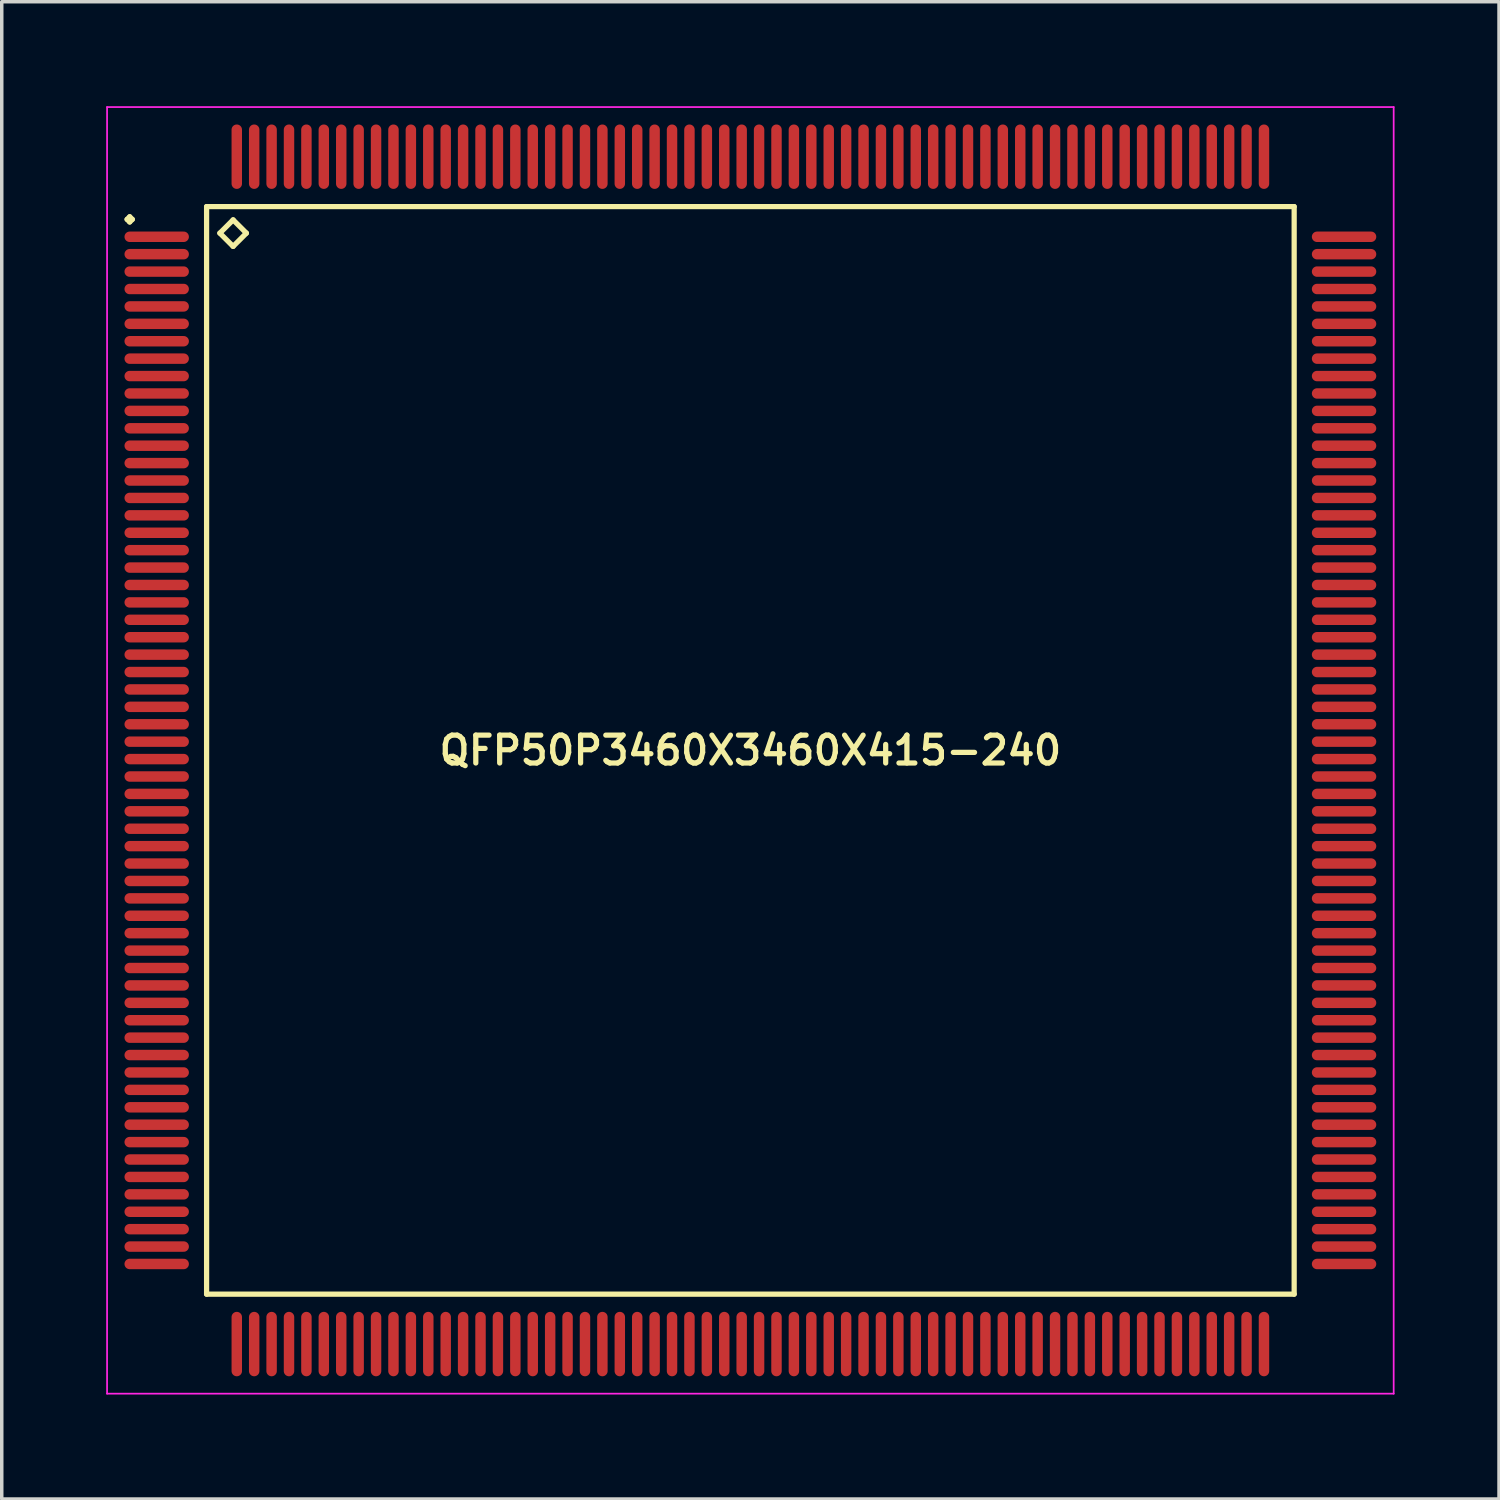
<source format=kicad_pcb>
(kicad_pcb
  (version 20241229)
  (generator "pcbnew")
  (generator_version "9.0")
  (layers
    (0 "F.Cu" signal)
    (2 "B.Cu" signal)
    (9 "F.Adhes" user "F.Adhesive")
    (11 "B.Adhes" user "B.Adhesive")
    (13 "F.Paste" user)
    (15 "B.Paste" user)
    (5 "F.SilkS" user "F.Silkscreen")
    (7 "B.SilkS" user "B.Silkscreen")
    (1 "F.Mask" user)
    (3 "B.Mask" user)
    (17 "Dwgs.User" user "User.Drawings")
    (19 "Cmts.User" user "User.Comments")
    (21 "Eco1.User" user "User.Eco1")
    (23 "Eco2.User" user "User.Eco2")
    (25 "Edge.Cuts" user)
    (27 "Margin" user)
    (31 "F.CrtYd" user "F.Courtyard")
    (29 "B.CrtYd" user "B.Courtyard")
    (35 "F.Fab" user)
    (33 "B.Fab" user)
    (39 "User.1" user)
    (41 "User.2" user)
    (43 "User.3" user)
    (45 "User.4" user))
  (footprint "QFP50P3460X3460X415-240"
    (layer "F.Cu")
    (at 18.5 18.5)
    (property "Reference" "QFP50P3460X3460X415-240" (at 0 0 0) (layer "F.SilkS") (effects (font (size 0.8 0.8) (thickness 0.15))))
    (attr smd)
    (fp_line (start -17.9 -15.25) (end -17.825 -15.325) (stroke (width 0.15) (type solid)) (layer "F.SilkS"))
    (fp_line (start -17.825 -15.325) (end -17.75 -15.25) (stroke (width 0.15) (type solid)) (layer "F.SilkS"))
    (fp_line (start -17.825 -15.175) (end -17.9 -15.25) (stroke (width 0.15) (type solid)) (layer "F.SilkS"))
    (fp_line (start -17.75 -15.25) (end -17.825 -15.175) (stroke (width 0.15) (type solid)) (layer "F.SilkS"))
    (fp_line (start -15.617 -15.617) (end -15.617 15.617) (stroke (width 0.15) (type solid)) (layer "F.SilkS"))
    (fp_line (start -15.617 15.617) (end 15.617 15.617) (stroke (width 0.15) (type solid)) (layer "F.SilkS"))
    (fp_line (start -15.236 -14.855) (end -14.855 -15.236) (stroke (width 0.15) (type solid)) (layer "F.SilkS"))
    (fp_line (start -14.855 -15.236) (end -14.474 -14.855) (stroke (width 0.15) (type solid)) (layer "F.SilkS"))
    (fp_line (start -14.855 -14.474) (end -15.236 -14.855) (stroke (width 0.15) (type solid)) (layer "F.SilkS"))
    (fp_line (start -14.474 -14.855) (end -14.855 -14.474) (stroke (width 0.15) (type solid)) (layer "F.SilkS"))
    (fp_line (start 15.617 -15.617) (end -15.617 -15.617) (stroke (width 0.15) (type solid)) (layer "F.SilkS"))
    (fp_line (start 15.617 15.617) (end 15.617 -15.617) (stroke (width 0.15) (type solid)) (layer "F.SilkS"))
    (fp_line (start -18.475 -18.475) (end 18.475 -18.475) (stroke (width 0.05) (type solid)) (layer "F.CrtYd"))
    (fp_line (start -18.475 18.475) (end -18.475 -18.475) (stroke (width 0.05) (type solid)) (layer "F.CrtYd"))
    (fp_line (start 18.475 -18.475) (end 18.475 18.475) (stroke (width 0.05) (type solid)) (layer "F.CrtYd"))
    (fp_line (start 18.475 18.475) (end -18.475 18.475) (stroke (width 0.05) (type solid)) (layer "F.CrtYd"))
    (pad "1" smd oval (at -17.05 -14.75) (size 1.85 0.3) (layers "F.Cu" "F.Mask" "F.Paste"))
    (pad "2" smd oval (at -17.05 -14.25) (size 1.85 0.3) (layers "F.Cu" "F.Mask" "F.Paste"))
    (pad "3" smd oval (at -17.05 -13.75) (size 1.85 0.3) (layers "F.Cu" "F.Mask" "F.Paste"))
    (pad "4" smd oval (at -17.05 -13.25) (size 1.85 0.3) (layers "F.Cu" "F.Mask" "F.Paste"))
    (pad "5" smd oval (at -17.05 -12.75) (size 1.85 0.3) (layers "F.Cu" "F.Mask" "F.Paste"))
    (pad "6" smd oval (at -17.05 -12.25) (size 1.85 0.3) (layers "F.Cu" "F.Mask" "F.Paste"))
    (pad "7" smd oval (at -17.05 -11.75) (size 1.85 0.3) (layers "F.Cu" "F.Mask" "F.Paste"))
    (pad "8" smd oval (at -17.05 -11.25) (size 1.85 0.3) (layers "F.Cu" "F.Mask" "F.Paste"))
    (pad "9" smd oval (at -17.05 -10.75) (size 1.85 0.3) (layers "F.Cu" "F.Mask" "F.Paste"))
    (pad "10" smd oval (at -17.05 -10.25) (size 1.85 0.3) (layers "F.Cu" "F.Mask" "F.Paste"))
    (pad "11" smd oval (at -17.05 -9.75) (size 1.85 0.3) (layers "F.Cu" "F.Mask" "F.Paste"))
    (pad "12" smd oval (at -17.05 -9.25) (size 1.85 0.3) (layers "F.Cu" "F.Mask" "F.Paste"))
    (pad "13" smd oval (at -17.05 -8.75) (size 1.85 0.3) (layers "F.Cu" "F.Mask" "F.Paste"))
    (pad "14" smd oval (at -17.05 -8.25) (size 1.85 0.3) (layers "F.Cu" "F.Mask" "F.Paste"))
    (pad "15" smd oval (at -17.05 -7.75) (size 1.85 0.3) (layers "F.Cu" "F.Mask" "F.Paste"))
    (pad "16" smd oval (at -17.05 -7.25) (size 1.85 0.3) (layers "F.Cu" "F.Mask" "F.Paste"))
    (pad "17" smd oval (at -17.05 -6.75) (size 1.85 0.3) (layers "F.Cu" "F.Mask" "F.Paste"))
    (pad "18" smd oval (at -17.05 -6.25) (size 1.85 0.3) (layers "F.Cu" "F.Mask" "F.Paste"))
    (pad "19" smd oval (at -17.05 -5.75) (size 1.85 0.3) (layers "F.Cu" "F.Mask" "F.Paste"))
    (pad "20" smd oval (at -17.05 -5.25) (size 1.85 0.3) (layers "F.Cu" "F.Mask" "F.Paste"))
    (pad "21" smd oval (at -17.05 -4.75) (size 1.85 0.3) (layers "F.Cu" "F.Mask" "F.Paste"))
    (pad "22" smd oval (at -17.05 -4.25) (size 1.85 0.3) (layers "F.Cu" "F.Mask" "F.Paste"))
    (pad "23" smd oval (at -17.05 -3.75) (size 1.85 0.3) (layers "F.Cu" "F.Mask" "F.Paste"))
    (pad "24" smd oval (at -17.05 -3.25) (size 1.85 0.3) (layers "F.Cu" "F.Mask" "F.Paste"))
    (pad "25" smd oval (at -17.05 -2.75) (size 1.85 0.3) (layers "F.Cu" "F.Mask" "F.Paste"))
    (pad "26" smd oval (at -17.05 -2.25) (size 1.85 0.3) (layers "F.Cu" "F.Mask" "F.Paste"))
    (pad "27" smd oval (at -17.05 -1.75) (size 1.85 0.3) (layers "F.Cu" "F.Mask" "F.Paste"))
    (pad "28" smd oval (at -17.05 -1.25) (size 1.85 0.3) (layers "F.Cu" "F.Mask" "F.Paste"))
    (pad "29" smd oval (at -17.05 -0.75) (size 1.85 0.3) (layers "F.Cu" "F.Mask" "F.Paste"))
    (pad "30" smd oval (at -17.05 -0.25) (size 1.85 0.3) (layers "F.Cu" "F.Mask" "F.Paste"))
    (pad "31" smd oval (at -17.05 0.25) (size 1.85 0.3) (layers "F.Cu" "F.Mask" "F.Paste"))
    (pad "32" smd oval (at -17.05 0.75) (size 1.85 0.3) (layers "F.Cu" "F.Mask" "F.Paste"))
    (pad "33" smd oval (at -17.05 1.25) (size 1.85 0.3) (layers "F.Cu" "F.Mask" "F.Paste"))
    (pad "34" smd oval (at -17.05 1.75) (size 1.85 0.3) (layers "F.Cu" "F.Mask" "F.Paste"))
    (pad "35" smd oval (at -17.05 2.25) (size 1.85 0.3) (layers "F.Cu" "F.Mask" "F.Paste"))
    (pad "36" smd oval (at -17.05 2.75) (size 1.85 0.3) (layers "F.Cu" "F.Mask" "F.Paste"))
    (pad "37" smd oval (at -17.05 3.25) (size 1.85 0.3) (layers "F.Cu" "F.Mask" "F.Paste"))
    (pad "38" smd oval (at -17.05 3.75) (size 1.85 0.3) (layers "F.Cu" "F.Mask" "F.Paste"))
    (pad "39" smd oval (at -17.05 4.25) (size 1.85 0.3) (layers "F.Cu" "F.Mask" "F.Paste"))
    (pad "40" smd oval (at -17.05 4.75) (size 1.85 0.3) (layers "F.Cu" "F.Mask" "F.Paste"))
    (pad "41" smd oval (at -17.05 5.25) (size 1.85 0.3) (layers "F.Cu" "F.Mask" "F.Paste"))
    (pad "42" smd oval (at -17.05 5.75) (size 1.85 0.3) (layers "F.Cu" "F.Mask" "F.Paste"))
    (pad "43" smd oval (at -17.05 6.25) (size 1.85 0.3) (layers "F.Cu" "F.Mask" "F.Paste"))
    (pad "44" smd oval (at -17.05 6.75) (size 1.85 0.3) (layers "F.Cu" "F.Mask" "F.Paste"))
    (pad "45" smd oval (at -17.05 7.25) (size 1.85 0.3) (layers "F.Cu" "F.Mask" "F.Paste"))
    (pad "46" smd oval (at -17.05 7.75) (size 1.85 0.3) (layers "F.Cu" "F.Mask" "F.Paste"))
    (pad "47" smd oval (at -17.05 8.25) (size 1.85 0.3) (layers "F.Cu" "F.Mask" "F.Paste"))
    (pad "48" smd oval (at -17.05 8.75) (size 1.85 0.3) (layers "F.Cu" "F.Mask" "F.Paste"))
    (pad "49" smd oval (at -17.05 9.25) (size 1.85 0.3) (layers "F.Cu" "F.Mask" "F.Paste"))
    (pad "50" smd oval (at -17.05 9.75) (size 1.85 0.3) (layers "F.Cu" "F.Mask" "F.Paste"))
    (pad "51" smd oval (at -17.05 10.25) (size 1.85 0.3) (layers "F.Cu" "F.Mask" "F.Paste"))
    (pad "52" smd oval (at -17.05 10.75) (size 1.85 0.3) (layers "F.Cu" "F.Mask" "F.Paste"))
    (pad "53" smd oval (at -17.05 11.25) (size 1.85 0.3) (layers "F.Cu" "F.Mask" "F.Paste"))
    (pad "54" smd oval (at -17.05 11.75) (size 1.85 0.3) (layers "F.Cu" "F.Mask" "F.Paste"))
    (pad "55" smd oval (at -17.05 12.25) (size 1.85 0.3) (layers "F.Cu" "F.Mask" "F.Paste"))
    (pad "56" smd oval (at -17.05 12.75) (size 1.85 0.3) (layers "F.Cu" "F.Mask" "F.Paste"))
    (pad "57" smd oval (at -17.05 13.25) (size 1.85 0.3) (layers "F.Cu" "F.Mask" "F.Paste"))
    (pad "58" smd oval (at -17.05 13.75) (size 1.85 0.3) (layers "F.Cu" "F.Mask" "F.Paste"))
    (pad "59" smd oval (at -17.05 14.25) (size 1.85 0.3) (layers "F.Cu" "F.Mask" "F.Paste"))
    (pad "60" smd oval (at -17.05 14.75) (size 1.85 0.3) (layers "F.Cu" "F.Mask" "F.Paste"))
    (pad "61" smd oval (at -14.75 17.05) (size 0.3 1.85) (layers "F.Cu" "F.Mask" "F.Paste"))
    (pad "62" smd oval (at -14.25 17.05) (size 0.3 1.85) (layers "F.Cu" "F.Mask" "F.Paste"))
    (pad "63" smd oval (at -13.75 17.05) (size 0.3 1.85) (layers "F.Cu" "F.Mask" "F.Paste"))
    (pad "64" smd oval (at -13.25 17.05) (size 0.3 1.85) (layers "F.Cu" "F.Mask" "F.Paste"))
    (pad "65" smd oval (at -12.75 17.05) (size 0.3 1.85) (layers "F.Cu" "F.Mask" "F.Paste"))
    (pad "66" smd oval (at -12.25 17.05) (size 0.3 1.85) (layers "F.Cu" "F.Mask" "F.Paste"))
    (pad "67" smd oval (at -11.75 17.05) (size 0.3 1.85) (layers "F.Cu" "F.Mask" "F.Paste"))
    (pad "68" smd oval (at -11.25 17.05) (size 0.3 1.85) (layers "F.Cu" "F.Mask" "F.Paste"))
    (pad "69" smd oval (at -10.75 17.05) (size 0.3 1.85) (layers "F.Cu" "F.Mask" "F.Paste"))
    (pad "70" smd oval (at -10.25 17.05) (size 0.3 1.85) (layers "F.Cu" "F.Mask" "F.Paste"))
    (pad "71" smd oval (at -9.75 17.05) (size 0.3 1.85) (layers "F.Cu" "F.Mask" "F.Paste"))
    (pad "72" smd oval (at -9.25 17.05) (size 0.3 1.85) (layers "F.Cu" "F.Mask" "F.Paste"))
    (pad "73" smd oval (at -8.75 17.05) (size 0.3 1.85) (layers "F.Cu" "F.Mask" "F.Paste"))
    (pad "74" smd oval (at -8.25 17.05) (size 0.3 1.85) (layers "F.Cu" "F.Mask" "F.Paste"))
    (pad "75" smd oval (at -7.75 17.05) (size 0.3 1.85) (layers "F.Cu" "F.Mask" "F.Paste"))
    (pad "76" smd oval (at -7.25 17.05) (size 0.3 1.85) (layers "F.Cu" "F.Mask" "F.Paste"))
    (pad "77" smd oval (at -6.75 17.05) (size 0.3 1.85) (layers "F.Cu" "F.Mask" "F.Paste"))
    (pad "78" smd oval (at -6.25 17.05) (size 0.3 1.85) (layers "F.Cu" "F.Mask" "F.Paste"))
    (pad "79" smd oval (at -5.75 17.05) (size 0.3 1.85) (layers "F.Cu" "F.Mask" "F.Paste"))
    (pad "80" smd oval (at -5.25 17.05) (size 0.3 1.85) (layers "F.Cu" "F.Mask" "F.Paste"))
    (pad "81" smd oval (at -4.75 17.05) (size 0.3 1.85) (layers "F.Cu" "F.Mask" "F.Paste"))
    (pad "82" smd oval (at -4.25 17.05) (size 0.3 1.85) (layers "F.Cu" "F.Mask" "F.Paste"))
    (pad "83" smd oval (at -3.75 17.05) (size 0.3 1.85) (layers "F.Cu" "F.Mask" "F.Paste"))
    (pad "84" smd oval (at -3.25 17.05) (size 0.3 1.85) (layers "F.Cu" "F.Mask" "F.Paste"))
    (pad "85" smd oval (at -2.75 17.05) (size 0.3 1.85) (layers "F.Cu" "F.Mask" "F.Paste"))
    (pad "86" smd oval (at -2.25 17.05) (size 0.3 1.85) (layers "F.Cu" "F.Mask" "F.Paste"))
    (pad "87" smd oval (at -1.75 17.05) (size 0.3 1.85) (layers "F.Cu" "F.Mask" "F.Paste"))
    (pad "88" smd oval (at -1.25 17.05) (size 0.3 1.85) (layers "F.Cu" "F.Mask" "F.Paste"))
    (pad "89" smd oval (at -0.75 17.05) (size 0.3 1.85) (layers "F.Cu" "F.Mask" "F.Paste"))
    (pad "90" smd oval (at -0.25 17.05) (size 0.3 1.85) (layers "F.Cu" "F.Mask" "F.Paste"))
    (pad "91" smd oval (at 0.25 17.05) (size 0.3 1.85) (layers "F.Cu" "F.Mask" "F.Paste"))
    (pad "92" smd oval (at 0.75 17.05) (size 0.3 1.85) (layers "F.Cu" "F.Mask" "F.Paste"))
    (pad "93" smd oval (at 1.25 17.05) (size 0.3 1.85) (layers "F.Cu" "F.Mask" "F.Paste"))
    (pad "94" smd oval (at 1.75 17.05) (size 0.3 1.85) (layers "F.Cu" "F.Mask" "F.Paste"))
    (pad "95" smd oval (at 2.25 17.05) (size 0.3 1.85) (layers "F.Cu" "F.Mask" "F.Paste"))
    (pad "96" smd oval (at 2.75 17.05) (size 0.3 1.85) (layers "F.Cu" "F.Mask" "F.Paste"))
    (pad "97" smd oval (at 3.25 17.05) (size 0.3 1.85) (layers "F.Cu" "F.Mask" "F.Paste"))
    (pad "98" smd oval (at 3.75 17.05) (size 0.3 1.85) (layers "F.Cu" "F.Mask" "F.Paste"))
    (pad "99" smd oval (at 4.25 17.05) (size 0.3 1.85) (layers "F.Cu" "F.Mask" "F.Paste"))
    (pad "100" smd oval (at 4.75 17.05) (size 0.3 1.85) (layers "F.Cu" "F.Mask" "F.Paste"))
    (pad "101" smd oval (at 5.25 17.05) (size 0.3 1.85) (layers "F.Cu" "F.Mask" "F.Paste"))
    (pad "102" smd oval (at 5.75 17.05) (size 0.3 1.85) (layers "F.Cu" "F.Mask" "F.Paste"))
    (pad "103" smd oval (at 6.25 17.05) (size 0.3 1.85) (layers "F.Cu" "F.Mask" "F.Paste"))
    (pad "104" smd oval (at 6.75 17.05) (size 0.3 1.85) (layers "F.Cu" "F.Mask" "F.Paste"))
    (pad "105" smd oval (at 7.25 17.05) (size 0.3 1.85) (layers "F.Cu" "F.Mask" "F.Paste"))
    (pad "106" smd oval (at 7.75 17.05) (size 0.3 1.85) (layers "F.Cu" "F.Mask" "F.Paste"))
    (pad "107" smd oval (at 8.25 17.05) (size 0.3 1.85) (layers "F.Cu" "F.Mask" "F.Paste"))
    (pad "108" smd oval (at 8.75 17.05) (size 0.3 1.85) (layers "F.Cu" "F.Mask" "F.Paste"))
    (pad "109" smd oval (at 9.25 17.05) (size 0.3 1.85) (layers "F.Cu" "F.Mask" "F.Paste"))
    (pad "110" smd oval (at 9.75 17.05) (size 0.3 1.85) (layers "F.Cu" "F.Mask" "F.Paste"))
    (pad "111" smd oval (at 10.25 17.05) (size 0.3 1.85) (layers "F.Cu" "F.Mask" "F.Paste"))
    (pad "112" smd oval (at 10.75 17.05) (size 0.3 1.85) (layers "F.Cu" "F.Mask" "F.Paste"))
    (pad "113" smd oval (at 11.25 17.05) (size 0.3 1.85) (layers "F.Cu" "F.Mask" "F.Paste"))
    (pad "114" smd oval (at 11.75 17.05) (size 0.3 1.85) (layers "F.Cu" "F.Mask" "F.Paste"))
    (pad "115" smd oval (at 12.25 17.05) (size 0.3 1.85) (layers "F.Cu" "F.Mask" "F.Paste"))
    (pad "116" smd oval (at 12.75 17.05) (size 0.3 1.85) (layers "F.Cu" "F.Mask" "F.Paste"))
    (pad "117" smd oval (at 13.25 17.05) (size 0.3 1.85) (layers "F.Cu" "F.Mask" "F.Paste"))
    (pad "118" smd oval (at 13.75 17.05) (size 0.3 1.85) (layers "F.Cu" "F.Mask" "F.Paste"))
    (pad "119" smd oval (at 14.25 17.05) (size 0.3 1.85) (layers "F.Cu" "F.Mask" "F.Paste"))
    (pad "120" smd oval (at 14.75 17.05) (size 0.3 1.85) (layers "F.Cu" "F.Mask" "F.Paste"))
    (pad "121" smd oval (at 17.05 14.75) (size 1.85 0.3) (layers "F.Cu" "F.Mask" "F.Paste"))
    (pad "122" smd oval (at 17.05 14.25) (size 1.85 0.3) (layers "F.Cu" "F.Mask" "F.Paste"))
    (pad "123" smd oval (at 17.05 13.75) (size 1.85 0.3) (layers "F.Cu" "F.Mask" "F.Paste"))
    (pad "124" smd oval (at 17.05 13.25) (size 1.85 0.3) (layers "F.Cu" "F.Mask" "F.Paste"))
    (pad "125" smd oval (at 17.05 12.75) (size 1.85 0.3) (layers "F.Cu" "F.Mask" "F.Paste"))
    (pad "126" smd oval (at 17.05 12.25) (size 1.85 0.3) (layers "F.Cu" "F.Mask" "F.Paste"))
    (pad "127" smd oval (at 17.05 11.75) (size 1.85 0.3) (layers "F.Cu" "F.Mask" "F.Paste"))
    (pad "128" smd oval (at 17.05 11.25) (size 1.85 0.3) (layers "F.Cu" "F.Mask" "F.Paste"))
    (pad "129" smd oval (at 17.05 10.75) (size 1.85 0.3) (layers "F.Cu" "F.Mask" "F.Paste"))
    (pad "130" smd oval (at 17.05 10.25) (size 1.85 0.3) (layers "F.Cu" "F.Mask" "F.Paste"))
    (pad "131" smd oval (at 17.05 9.75) (size 1.85 0.3) (layers "F.Cu" "F.Mask" "F.Paste"))
    (pad "132" smd oval (at 17.05 9.25) (size 1.85 0.3) (layers "F.Cu" "F.Mask" "F.Paste"))
    (pad "133" smd oval (at 17.05 8.75) (size 1.85 0.3) (layers "F.Cu" "F.Mask" "F.Paste"))
    (pad "134" smd oval (at 17.05 8.25) (size 1.85 0.3) (layers "F.Cu" "F.Mask" "F.Paste"))
    (pad "135" smd oval (at 17.05 7.75) (size 1.85 0.3) (layers "F.Cu" "F.Mask" "F.Paste"))
    (pad "136" smd oval (at 17.05 7.25) (size 1.85 0.3) (layers "F.Cu" "F.Mask" "F.Paste"))
    (pad "137" smd oval (at 17.05 6.75) (size 1.85 0.3) (layers "F.Cu" "F.Mask" "F.Paste"))
    (pad "138" smd oval (at 17.05 6.25) (size 1.85 0.3) (layers "F.Cu" "F.Mask" "F.Paste"))
    (pad "139" smd oval (at 17.05 5.75) (size 1.85 0.3) (layers "F.Cu" "F.Mask" "F.Paste"))
    (pad "140" smd oval (at 17.05 5.25) (size 1.85 0.3) (layers "F.Cu" "F.Mask" "F.Paste"))
    (pad "141" smd oval (at 17.05 4.75) (size 1.85 0.3) (layers "F.Cu" "F.Mask" "F.Paste"))
    (pad "142" smd oval (at 17.05 4.25) (size 1.85 0.3) (layers "F.Cu" "F.Mask" "F.Paste"))
    (pad "143" smd oval (at 17.05 3.75) (size 1.85 0.3) (layers "F.Cu" "F.Mask" "F.Paste"))
    (pad "144" smd oval (at 17.05 3.25) (size 1.85 0.3) (layers "F.Cu" "F.Mask" "F.Paste"))
    (pad "145" smd oval (at 17.05 2.75) (size 1.85 0.3) (layers "F.Cu" "F.Mask" "F.Paste"))
    (pad "146" smd oval (at 17.05 2.25) (size 1.85 0.3) (layers "F.Cu" "F.Mask" "F.Paste"))
    (pad "147" smd oval (at 17.05 1.75) (size 1.85 0.3) (layers "F.Cu" "F.Mask" "F.Paste"))
    (pad "148" smd oval (at 17.05 1.25) (size 1.85 0.3) (layers "F.Cu" "F.Mask" "F.Paste"))
    (pad "149" smd oval (at 17.05 0.75) (size 1.85 0.3) (layers "F.Cu" "F.Mask" "F.Paste"))
    (pad "150" smd oval (at 17.05 0.25) (size 1.85 0.3) (layers "F.Cu" "F.Mask" "F.Paste"))
    (pad "151" smd oval (at 17.05 -0.25) (size 1.85 0.3) (layers "F.Cu" "F.Mask" "F.Paste"))
    (pad "152" smd oval (at 17.05 -0.75) (size 1.85 0.3) (layers "F.Cu" "F.Mask" "F.Paste"))
    (pad "153" smd oval (at 17.05 -1.25) (size 1.85 0.3) (layers "F.Cu" "F.Mask" "F.Paste"))
    (pad "154" smd oval (at 17.05 -1.75) (size 1.85 0.3) (layers "F.Cu" "F.Mask" "F.Paste"))
    (pad "155" smd oval (at 17.05 -2.25) (size 1.85 0.3) (layers "F.Cu" "F.Mask" "F.Paste"))
    (pad "156" smd oval (at 17.05 -2.75) (size 1.85 0.3) (layers "F.Cu" "F.Mask" "F.Paste"))
    (pad "157" smd oval (at 17.05 -3.25) (size 1.85 0.3) (layers "F.Cu" "F.Mask" "F.Paste"))
    (pad "158" smd oval (at 17.05 -3.75) (size 1.85 0.3) (layers "F.Cu" "F.Mask" "F.Paste"))
    (pad "159" smd oval (at 17.05 -4.25) (size 1.85 0.3) (layers "F.Cu" "F.Mask" "F.Paste"))
    (pad "160" smd oval (at 17.05 -4.75) (size 1.85 0.3) (layers "F.Cu" "F.Mask" "F.Paste"))
    (pad "161" smd oval (at 17.05 -5.25) (size 1.85 0.3) (layers "F.Cu" "F.Mask" "F.Paste"))
    (pad "162" smd oval (at 17.05 -5.75) (size 1.85 0.3) (layers "F.Cu" "F.Mask" "F.Paste"))
    (pad "163" smd oval (at 17.05 -6.25) (size 1.85 0.3) (layers "F.Cu" "F.Mask" "F.Paste"))
    (pad "164" smd oval (at 17.05 -6.75) (size 1.85 0.3) (layers "F.Cu" "F.Mask" "F.Paste"))
    (pad "165" smd oval (at 17.05 -7.25) (size 1.85 0.3) (layers "F.Cu" "F.Mask" "F.Paste"))
    (pad "166" smd oval (at 17.05 -7.75) (size 1.85 0.3) (layers "F.Cu" "F.Mask" "F.Paste"))
    (pad "167" smd oval (at 17.05 -8.25) (size 1.85 0.3) (layers "F.Cu" "F.Mask" "F.Paste"))
    (pad "168" smd oval (at 17.05 -8.75) (size 1.85 0.3) (layers "F.Cu" "F.Mask" "F.Paste"))
    (pad "169" smd oval (at 17.05 -9.25) (size 1.85 0.3) (layers "F.Cu" "F.Mask" "F.Paste"))
    (pad "170" smd oval (at 17.05 -9.75) (size 1.85 0.3) (layers "F.Cu" "F.Mask" "F.Paste"))
    (pad "171" smd oval (at 17.05 -10.25) (size 1.85 0.3) (layers "F.Cu" "F.Mask" "F.Paste"))
    (pad "172" smd oval (at 17.05 -10.75) (size 1.85 0.3) (layers "F.Cu" "F.Mask" "F.Paste"))
    (pad "173" smd oval (at 17.05 -11.25) (size 1.85 0.3) (layers "F.Cu" "F.Mask" "F.Paste"))
    (pad "174" smd oval (at 17.05 -11.75) (size 1.85 0.3) (layers "F.Cu" "F.Mask" "F.Paste"))
    (pad "175" smd oval (at 17.05 -12.25) (size 1.85 0.3) (layers "F.Cu" "F.Mask" "F.Paste"))
    (pad "176" smd oval (at 17.05 -12.75) (size 1.85 0.3) (layers "F.Cu" "F.Mask" "F.Paste"))
    (pad "177" smd oval (at 17.05 -13.25) (size 1.85 0.3) (layers "F.Cu" "F.Mask" "F.Paste"))
    (pad "178" smd oval (at 17.05 -13.75) (size 1.85 0.3) (layers "F.Cu" "F.Mask" "F.Paste"))
    (pad "179" smd oval (at 17.05 -14.25) (size 1.85 0.3) (layers "F.Cu" "F.Mask" "F.Paste"))
    (pad "180" smd oval (at 17.05 -14.75) (size 1.85 0.3) (layers "F.Cu" "F.Mask" "F.Paste"))
    (pad "181" smd oval (at 14.75 -17.05) (size 0.3 1.85) (layers "F.Cu" "F.Mask" "F.Paste"))
    (pad "182" smd oval (at 14.25 -17.05) (size 0.3 1.85) (layers "F.Cu" "F.Mask" "F.Paste"))
    (pad "183" smd oval (at 13.75 -17.05) (size 0.3 1.85) (layers "F.Cu" "F.Mask" "F.Paste"))
    (pad "184" smd oval (at 13.25 -17.05) (size 0.3 1.85) (layers "F.Cu" "F.Mask" "F.Paste"))
    (pad "185" smd oval (at 12.75 -17.05) (size 0.3 1.85) (layers "F.Cu" "F.Mask" "F.Paste"))
    (pad "186" smd oval (at 12.25 -17.05) (size 0.3 1.85) (layers "F.Cu" "F.Mask" "F.Paste"))
    (pad "187" smd oval (at 11.75 -17.05) (size 0.3 1.85) (layers "F.Cu" "F.Mask" "F.Paste"))
    (pad "188" smd oval (at 11.25 -17.05) (size 0.3 1.85) (layers "F.Cu" "F.Mask" "F.Paste"))
    (pad "189" smd oval (at 10.75 -17.05) (size 0.3 1.85) (layers "F.Cu" "F.Mask" "F.Paste"))
    (pad "190" smd oval (at 10.25 -17.05) (size 0.3 1.85) (layers "F.Cu" "F.Mask" "F.Paste"))
    (pad "191" smd oval (at 9.75 -17.05) (size 0.3 1.85) (layers "F.Cu" "F.Mask" "F.Paste"))
    (pad "192" smd oval (at 9.25 -17.05) (size 0.3 1.85) (layers "F.Cu" "F.Mask" "F.Paste"))
    (pad "193" smd oval (at 8.75 -17.05) (size 0.3 1.85) (layers "F.Cu" "F.Mask" "F.Paste"))
    (pad "194" smd oval (at 8.25 -17.05) (size 0.3 1.85) (layers "F.Cu" "F.Mask" "F.Paste"))
    (pad "195" smd oval (at 7.75 -17.05) (size 0.3 1.85) (layers "F.Cu" "F.Mask" "F.Paste"))
    (pad "196" smd oval (at 7.25 -17.05) (size 0.3 1.85) (layers "F.Cu" "F.Mask" "F.Paste"))
    (pad "197" smd oval (at 6.75 -17.05) (size 0.3 1.85) (layers "F.Cu" "F.Mask" "F.Paste"))
    (pad "198" smd oval (at 6.25 -17.05) (size 0.3 1.85) (layers "F.Cu" "F.Mask" "F.Paste"))
    (pad "199" smd oval (at 5.75 -17.05) (size 0.3 1.85) (layers "F.Cu" "F.Mask" "F.Paste"))
    (pad "200" smd oval (at 5.25 -17.05) (size 0.3 1.85) (layers "F.Cu" "F.Mask" "F.Paste"))
    (pad "201" smd oval (at 4.75 -17.05) (size 0.3 1.85) (layers "F.Cu" "F.Mask" "F.Paste"))
    (pad "202" smd oval (at 4.25 -17.05) (size 0.3 1.85) (layers "F.Cu" "F.Mask" "F.Paste"))
    (pad "203" smd oval (at 3.75 -17.05) (size 0.3 1.85) (layers "F.Cu" "F.Mask" "F.Paste"))
    (pad "204" smd oval (at 3.25 -17.05) (size 0.3 1.85) (layers "F.Cu" "F.Mask" "F.Paste"))
    (pad "205" smd oval (at 2.75 -17.05) (size 0.3 1.85) (layers "F.Cu" "F.Mask" "F.Paste"))
    (pad "206" smd oval (at 2.25 -17.05) (size 0.3 1.85) (layers "F.Cu" "F.Mask" "F.Paste"))
    (pad "207" smd oval (at 1.75 -17.05) (size 0.3 1.85) (layers "F.Cu" "F.Mask" "F.Paste"))
    (pad "208" smd oval (at 1.25 -17.05) (size 0.3 1.85) (layers "F.Cu" "F.Mask" "F.Paste"))
    (pad "209" smd oval (at 0.75 -17.05) (size 0.3 1.85) (layers "F.Cu" "F.Mask" "F.Paste"))
    (pad "210" smd oval (at 0.25 -17.05) (size 0.3 1.85) (layers "F.Cu" "F.Mask" "F.Paste"))
    (pad "211" smd oval (at -0.25 -17.05) (size 0.3 1.85) (layers "F.Cu" "F.Mask" "F.Paste"))
    (pad "212" smd oval (at -0.75 -17.05) (size 0.3 1.85) (layers "F.Cu" "F.Mask" "F.Paste"))
    (pad "213" smd oval (at -1.25 -17.05) (size 0.3 1.85) (layers "F.Cu" "F.Mask" "F.Paste"))
    (pad "214" smd oval (at -1.75 -17.05) (size 0.3 1.85) (layers "F.Cu" "F.Mask" "F.Paste"))
    (pad "215" smd oval (at -2.25 -17.05) (size 0.3 1.85) (layers "F.Cu" "F.Mask" "F.Paste"))
    (pad "216" smd oval (at -2.75 -17.05) (size 0.3 1.85) (layers "F.Cu" "F.Mask" "F.Paste"))
    (pad "217" smd oval (at -3.25 -17.05) (size 0.3 1.85) (layers "F.Cu" "F.Mask" "F.Paste"))
    (pad "218" smd oval (at -3.75 -17.05) (size 0.3 1.85) (layers "F.Cu" "F.Mask" "F.Paste"))
    (pad "219" smd oval (at -4.25 -17.05) (size 0.3 1.85) (layers "F.Cu" "F.Mask" "F.Paste"))
    (pad "220" smd oval (at -4.75 -17.05) (size 0.3 1.85) (layers "F.Cu" "F.Mask" "F.Paste"))
    (pad "221" smd oval (at -5.25 -17.05) (size 0.3 1.85) (layers "F.Cu" "F.Mask" "F.Paste"))
    (pad "222" smd oval (at -5.75 -17.05) (size 0.3 1.85) (layers "F.Cu" "F.Mask" "F.Paste"))
    (pad "223" smd oval (at -6.25 -17.05) (size 0.3 1.85) (layers "F.Cu" "F.Mask" "F.Paste"))
    (pad "224" smd oval (at -6.75 -17.05) (size 0.3 1.85) (layers "F.Cu" "F.Mask" "F.Paste"))
    (pad "225" smd oval (at -7.25 -17.05) (size 0.3 1.85) (layers "F.Cu" "F.Mask" "F.Paste"))
    (pad "226" smd oval (at -7.75 -17.05) (size 0.3 1.85) (layers "F.Cu" "F.Mask" "F.Paste"))
    (pad "227" smd oval (at -8.25 -17.05) (size 0.3 1.85) (layers "F.Cu" "F.Mask" "F.Paste"))
    (pad "228" smd oval (at -8.75 -17.05) (size 0.3 1.85) (layers "F.Cu" "F.Mask" "F.Paste"))
    (pad "229" smd oval (at -9.25 -17.05) (size 0.3 1.85) (layers "F.Cu" "F.Mask" "F.Paste"))
    (pad "230" smd oval (at -9.75 -17.05) (size 0.3 1.85) (layers "F.Cu" "F.Mask" "F.Paste"))
    (pad "231" smd oval (at -10.25 -17.05) (size 0.3 1.85) (layers "F.Cu" "F.Mask" "F.Paste"))
    (pad "232" smd oval (at -10.75 -17.05) (size 0.3 1.85) (layers "F.Cu" "F.Mask" "F.Paste"))
    (pad "233" smd oval (at -11.25 -17.05) (size 0.3 1.85) (layers "F.Cu" "F.Mask" "F.Paste"))
    (pad "234" smd oval (at -11.75 -17.05) (size 0.3 1.85) (layers "F.Cu" "F.Mask" "F.Paste"))
    (pad "235" smd oval (at -12.25 -17.05) (size 0.3 1.85) (layers "F.Cu" "F.Mask" "F.Paste"))
    (pad "236" smd oval (at -12.75 -17.05) (size 0.3 1.85) (layers "F.Cu" "F.Mask" "F.Paste"))
    (pad "237" smd oval (at -13.25 -17.05) (size 0.3 1.85) (layers "F.Cu" "F.Mask" "F.Paste"))
    (pad "238" smd oval (at -13.75 -17.05) (size 0.3 1.85) (layers "F.Cu" "F.Mask" "F.Paste"))
    (pad "239" smd oval (at -14.25 -17.05) (size 0.3 1.85) (layers "F.Cu" "F.Mask" "F.Paste"))
    (pad "240" smd oval (at -14.75 -17.05) (size 0.3 1.85) (layers "F.Cu" "F.Mask" "F.Paste")))
  (gr_rect
    (start -3 -3)
    (end 40 40)
    (stroke (width 0.1) (type default))
    (fill no)
    (layer "Edge.Cuts")))
</source>
